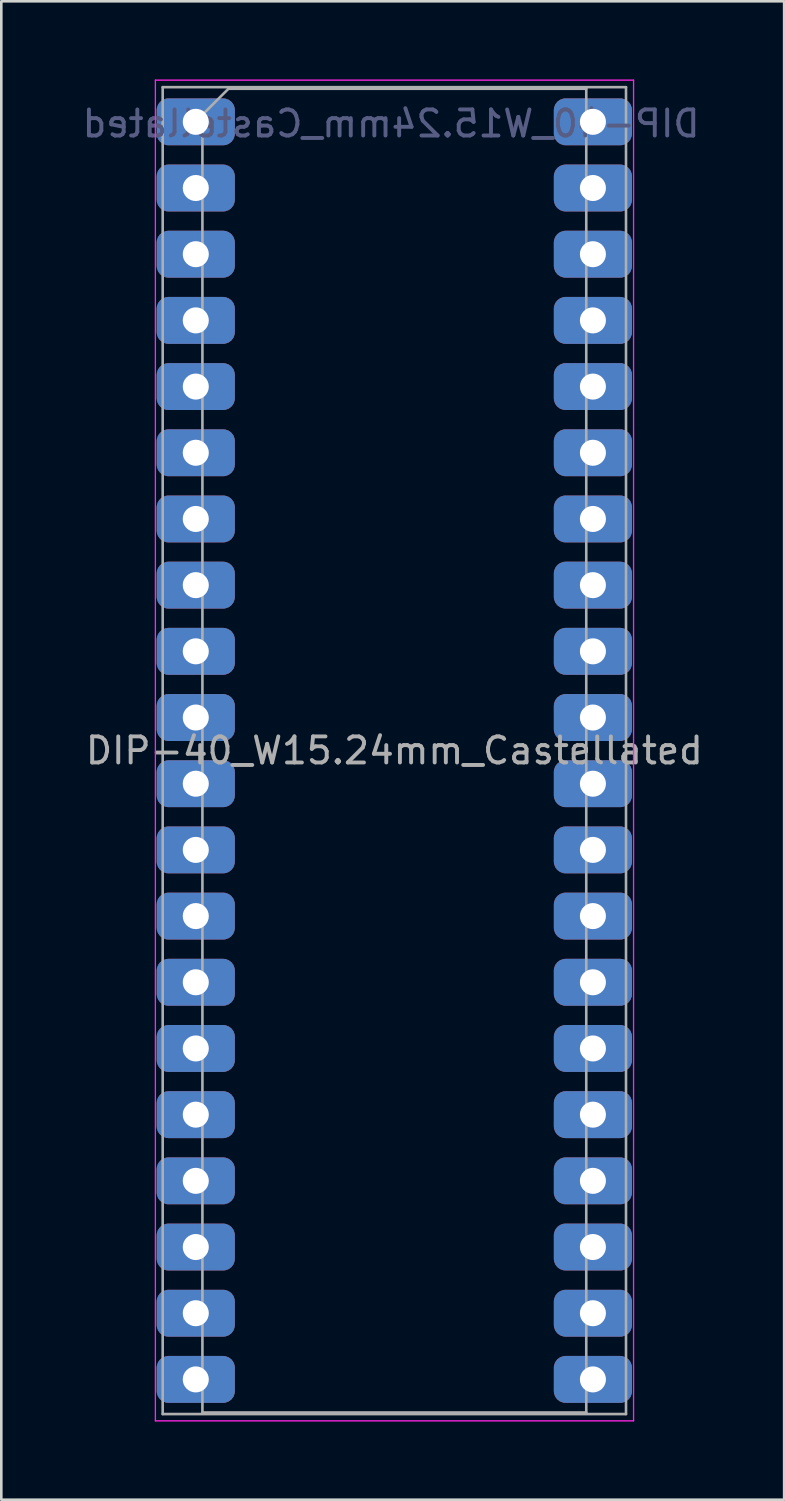
<source format=kicad_pcb>
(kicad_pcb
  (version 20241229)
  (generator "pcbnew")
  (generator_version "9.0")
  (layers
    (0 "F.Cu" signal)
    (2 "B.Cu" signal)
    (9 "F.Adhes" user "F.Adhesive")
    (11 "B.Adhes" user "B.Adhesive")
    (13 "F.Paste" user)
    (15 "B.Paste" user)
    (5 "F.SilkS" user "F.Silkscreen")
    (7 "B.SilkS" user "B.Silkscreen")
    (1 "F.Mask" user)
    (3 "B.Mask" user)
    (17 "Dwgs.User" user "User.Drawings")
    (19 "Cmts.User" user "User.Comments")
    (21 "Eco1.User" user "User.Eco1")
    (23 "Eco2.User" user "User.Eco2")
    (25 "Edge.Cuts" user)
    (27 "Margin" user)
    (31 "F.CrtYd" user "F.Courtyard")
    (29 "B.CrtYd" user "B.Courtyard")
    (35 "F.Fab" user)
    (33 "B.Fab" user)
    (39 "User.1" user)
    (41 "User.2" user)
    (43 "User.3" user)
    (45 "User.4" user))
  (footprint "DIP-40_W15.24mm_Castellated"
    (layer "F.Cu")
    (at 4.463 1.625)
    (property "Reference" "DIP-40_W15.24mm_Castellated" (at 7.495 0.07 0) (layer "B.Fab") (effects (font (size 1 1) (thickness 0.15)) (justify mirror)))
    (attr through_hole)
    (fp_line (start -1.55 -1.6) (end 16.8 -1.6) (stroke (width 0.05) (type solid)) (layer "F.CrtYd"))
    (fp_line (start -1.55 49.85) (end -1.55 -1.6) (stroke (width 0.05) (type solid)) (layer "F.CrtYd"))
    (fp_line (start 16.8 -1.6) (end 16.8 49.85) (stroke (width 0.05) (type solid)) (layer "F.CrtYd"))
    (fp_line (start 16.8 49.85) (end -1.55 49.85) (stroke (width 0.05) (type solid)) (layer "F.CrtYd"))
    (fp_line (start -1.27 -1.33) (end 16.51 -1.33) (stroke (width 0.1) (type solid)) (layer "F.Fab"))
    (fp_line (start -1.27 49.59) (end -1.27 -1.33) (stroke (width 0.1) (type solid)) (layer "F.Fab"))
    (fp_line (start 0.255 -0.27) (end 0.255 49.53) (stroke (width 0.1) (type solid)) (layer "F.Fab"))
    (fp_line (start 0.255 49.53) (end 14.985 49.53) (stroke (width 0.1) (type solid)) (layer "F.Fab"))
    (fp_line (start 1.255 -1.27) (end 0.255 -0.27) (stroke (width 0.1) (type solid)) (layer "F.Fab"))
    (fp_line (start 14.985 -1.27) (end 1.255 -1.27) (stroke (width 0.1) (type solid)) (layer "F.Fab"))
    (fp_line (start 14.985 49.53) (end 14.985 -1.27) (stroke (width 0.1) (type solid)) (layer "F.Fab"))
    (fp_line (start 16.51 -1.33) (end 16.51 49.59) (stroke (width 0.1) (type solid)) (layer "F.Fab"))
    (fp_line (start 16.51 49.59) (end -1.27 49.59) (stroke (width 0.1) (type solid)) (layer "F.Fab"))
    (fp_text user "${REFERENCE}" (at 7.62 24.13 0) (layer "F.Fab") (effects (font (size 1 1) (thickness 0.15))))
    (pad "1" thru_hole roundrect (at 0 0) (size 3 1.8) (drill 1) (property pad_prop_castellated) (layers "*.Cu" "*.Mask") (roundrect_rratio 0.25))
    (pad "2" thru_hole roundrect (at 0 2.54) (size 3 1.8) (drill 1) (property pad_prop_castellated) (layers "*.Cu" "*.Mask") (roundrect_rratio 0.25))
    (pad "3" thru_hole roundrect (at 0 5.08) (size 3 1.8) (drill 1) (property pad_prop_castellated) (layers "*.Cu" "*.Mask") (roundrect_rratio 0.25))
    (pad "4" thru_hole roundrect (at 0 7.62) (size 3 1.8) (drill 1) (property pad_prop_castellated) (layers "*.Cu" "*.Mask") (roundrect_rratio 0.25))
    (pad "5" thru_hole roundrect (at 0 10.16) (size 3 1.8) (drill 1) (property pad_prop_castellated) (layers "*.Cu" "*.Mask") (roundrect_rratio 0.25))
    (pad "6" thru_hole roundrect (at 0 12.7) (size 3 1.8) (drill 1) (property pad_prop_castellated) (layers "*.Cu" "*.Mask") (roundrect_rratio 0.25))
    (pad "7" thru_hole roundrect (at 0 15.24) (size 3 1.8) (drill 1) (property pad_prop_castellated) (layers "*.Cu" "*.Mask") (roundrect_rratio 0.25))
    (pad "8" thru_hole roundrect (at 0 17.78) (size 3 1.8) (drill 1) (property pad_prop_castellated) (layers "*.Cu" "*.Mask") (roundrect_rratio 0.25))
    (pad "9" thru_hole roundrect (at 0 20.32) (size 3 1.8) (drill 1) (property pad_prop_castellated) (layers "*.Cu" "*.Mask") (roundrect_rratio 0.25))
    (pad "10" thru_hole roundrect (at 0 22.86) (size 3 1.8) (drill 1) (property pad_prop_castellated) (layers "*.Cu" "*.Mask") (roundrect_rratio 0.25))
    (pad "11" thru_hole roundrect (at 0 25.4) (size 3 1.8) (drill 1) (property pad_prop_castellated) (layers "*.Cu" "*.Mask") (roundrect_rratio 0.25))
    (pad "12" thru_hole roundrect (at 0 27.94) (size 3 1.8) (drill 1) (property pad_prop_castellated) (layers "*.Cu" "*.Mask") (roundrect_rratio 0.25))
    (pad "13" thru_hole roundrect (at 0 30.48) (size 3 1.8) (drill 1) (property pad_prop_castellated) (layers "*.Cu" "*.Mask") (roundrect_rratio 0.25))
    (pad "14" thru_hole roundrect (at 0 33.02) (size 3 1.8) (drill 1) (property pad_prop_castellated) (layers "*.Cu" "*.Mask") (roundrect_rratio 0.25))
    (pad "15" thru_hole roundrect (at 0 35.56) (size 3 1.8) (drill 1) (property pad_prop_castellated) (layers "*.Cu" "*.Mask") (roundrect_rratio 0.25))
    (pad "16" thru_hole roundrect (at 0 38.1) (size 3 1.8) (drill 1) (property pad_prop_castellated) (layers "*.Cu" "*.Mask") (roundrect_rratio 0.25))
    (pad "17" thru_hole roundrect (at 0 40.64) (size 3 1.8) (drill 1) (property pad_prop_castellated) (layers "*.Cu" "*.Mask") (roundrect_rratio 0.25))
    (pad "18" thru_hole roundrect (at 0 43.18) (size 3 1.8) (drill 1) (property pad_prop_castellated) (layers "*.Cu" "*.Mask") (roundrect_rratio 0.25))
    (pad "19" thru_hole roundrect (at 0 45.72) (size 3 1.8) (drill 1) (property pad_prop_castellated) (layers "*.Cu" "*.Mask") (roundrect_rratio 0.25))
    (pad "20" thru_hole roundrect (at 0 48.26) (size 3 1.8) (drill 1) (property pad_prop_castellated) (layers "*.Cu" "*.Mask") (roundrect_rratio 0.25))
    (pad "21" thru_hole roundrect (at 15.24 48.26) (size 3 1.8) (drill 1) (property pad_prop_castellated) (layers "*.Cu" "*.Mask") (roundrect_rratio 0.25))
    (pad "22" thru_hole roundrect (at 15.24 45.72) (size 3 1.8) (drill 1) (property pad_prop_castellated) (layers "*.Cu" "*.Mask") (roundrect_rratio 0.25))
    (pad "23" thru_hole roundrect (at 15.24 43.18) (size 3 1.8) (drill 1) (property pad_prop_castellated) (layers "*.Cu" "*.Mask") (roundrect_rratio 0.25))
    (pad "24" thru_hole roundrect (at 15.24 40.64) (size 3 1.8) (drill 1) (property pad_prop_castellated) (layers "*.Cu" "*.Mask") (roundrect_rratio 0.25))
    (pad "25" thru_hole roundrect (at 15.24 38.1) (size 3 1.8) (drill 1) (property pad_prop_castellated) (layers "*.Cu" "*.Mask") (roundrect_rratio 0.25))
    (pad "26" thru_hole roundrect (at 15.24 35.56) (size 3 1.8) (drill 1) (property pad_prop_castellated) (layers "*.Cu" "*.Mask") (roundrect_rratio 0.25))
    (pad "27" thru_hole roundrect (at 15.24 33.02) (size 3 1.8) (drill 1) (property pad_prop_castellated) (layers "*.Cu" "*.Mask") (roundrect_rratio 0.25))
    (pad "28" thru_hole roundrect (at 15.24 30.48) (size 3 1.8) (drill 1) (property pad_prop_castellated) (layers "*.Cu" "*.Mask") (roundrect_rratio 0.25))
    (pad "29" thru_hole roundrect (at 15.24 27.94) (size 3 1.8) (drill 1) (property pad_prop_castellated) (layers "*.Cu" "*.Mask") (roundrect_rratio 0.25))
    (pad "30" thru_hole roundrect (at 15.24 25.4) (size 3 1.8) (drill 1) (property pad_prop_castellated) (layers "*.Cu" "*.Mask") (roundrect_rratio 0.25))
    (pad "31" thru_hole roundrect (at 15.24 22.86) (size 3 1.8) (drill 1) (property pad_prop_castellated) (layers "*.Cu" "*.Mask") (roundrect_rratio 0.25))
    (pad "32" thru_hole roundrect (at 15.24 20.32) (size 3 1.8) (drill 1) (property pad_prop_castellated) (layers "*.Cu" "*.Mask") (roundrect_rratio 0.25))
    (pad "33" thru_hole roundrect (at 15.24 17.78) (size 3 1.8) (drill 1) (property pad_prop_castellated) (layers "*.Cu" "*.Mask") (roundrect_rratio 0.25))
    (pad "34" thru_hole roundrect (at 15.24 15.24) (size 3 1.8) (drill 1) (property pad_prop_castellated) (layers "*.Cu" "*.Mask") (roundrect_rratio 0.25))
    (pad "35" thru_hole roundrect (at 15.24 12.7) (size 3 1.8) (drill 1) (property pad_prop_castellated) (layers "*.Cu" "*.Mask") (roundrect_rratio 0.25))
    (pad "36" thru_hole roundrect (at 15.24 10.16) (size 3 1.8) (drill 1) (property pad_prop_castellated) (layers "*.Cu" "*.Mask") (roundrect_rratio 0.25))
    (pad "37" thru_hole roundrect (at 15.24 7.62) (size 3 1.8) (drill 1) (property pad_prop_castellated) (layers "*.Cu" "*.Mask") (roundrect_rratio 0.25))
    (pad "38" thru_hole roundrect (at 15.24 5.08) (size 3 1.8) (drill 1) (property pad_prop_castellated) (layers "*.Cu" "*.Mask") (roundrect_rratio 0.25))
    (pad "39" thru_hole roundrect (at 15.24 2.54) (size 3 1.8) (drill 1) (property pad_prop_castellated) (layers "*.Cu" "*.Mask") (roundrect_rratio 0.25))
    (pad "40" thru_hole roundrect (at 15.24 0) (size 3 1.8) (drill 1) (property pad_prop_castellated) (layers "*.Cu" "*.Mask") (roundrect_rratio 0.25)))
  (gr_rect
    (start -3 -3)
    (end 27.042 54.5)
    (stroke (width 0.1) (type default))
    (fill no)
    (layer "Edge.Cuts")))
</source>
